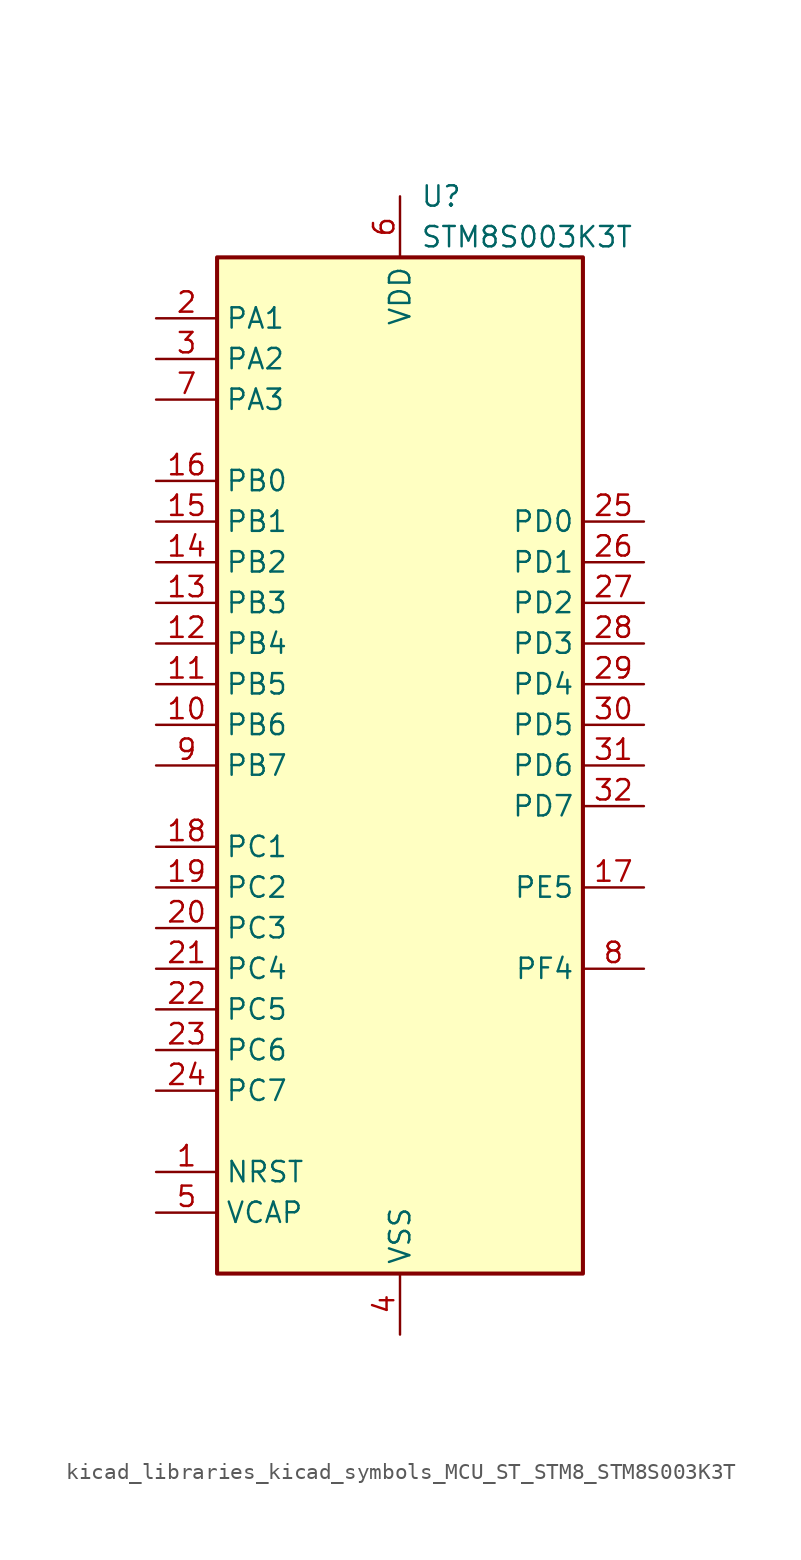
<source format=kicad_sym>
(kicad_symbol_lib
  (version 20220914)
  (generator kicad_symbol_editor)
  (symbol "kicad_libraries_kicad_symbols_MCU_ST_STM8_STM8S003K3T"
    (property "Reference" "U"
      (at 1.27 35.56 0)
      (effects (font (size 1.27 1.27)) (justify left)))
    (property "Value" "STM8S003K3T"
      (at 1.27 33.02 0)
      (effects (font (size 1.27 1.27)) (justify left)))
    (symbol "kicad_libraries_kicad_symbols_MCU_ST_STM8_STM8S003K3T_0_1"
      (rectangle (start -11.43 31.75) (end 11.43 -31.75) (stroke (width 0.254) (type default)) (fill (type background))))
    (symbol "kicad_libraries_kicad_symbols_MCU_ST_STM8_STM8S003K3T_1_1"
      (pin input line (at -15.24 -25.4 0) (length 3.81) (name "NRST" (effects (font (size 1.27 1.27)))) (number "1" (effects (font (size 1.27 1.27)))))
      (pin bidirectional line (at -15.24 2.54 0) (length 3.81) (name "PB6" (effects (font (size 1.27 1.27)))) (number "10" (effects (font (size 1.27 1.27)))))
      (pin bidirectional line (at -15.24 5.08 0) (length 3.81) (name "PB5" (effects (font (size 1.27 1.27)))) (number "11" (effects (font (size 1.27 1.27)))))
      (pin bidirectional line (at -15.24 7.62 0) (length 3.81) (name "PB4" (effects (font (size 1.27 1.27)))) (number "12" (effects (font (size 1.27 1.27)))))
      (pin bidirectional line (at -15.24 10.16 0) (length 3.81) (name "PB3" (effects (font (size 1.27 1.27)))) (number "13" (effects (font (size 1.27 1.27)))))
      (pin bidirectional line (at -15.24 12.7 0) (length 3.81) (name "PB2" (effects (font (size 1.27 1.27)))) (number "14" (effects (font (size 1.27 1.27)))))
      (pin bidirectional line (at -15.24 15.24 0) (length 3.81) (name "PB1" (effects (font (size 1.27 1.27)))) (number "15" (effects (font (size 1.27 1.27)))))
      (pin bidirectional line (at -15.24 17.78 0) (length 3.81) (name "PB0" (effects (font (size 1.27 1.27)))) (number "16" (effects (font (size 1.27 1.27)))))
      (pin bidirectional line (at 15.24 -7.62 180) (length 3.81) (name "PE5" (effects (font (size 1.27 1.27)))) (number "17" (effects (font (size 1.27 1.27)))))
      (pin bidirectional line (at -15.24 -5.08 0) (length 3.81) (name "PC1" (effects (font (size 1.27 1.27)))) (number "18" (effects (font (size 1.27 1.27)))))
      (pin bidirectional line (at -15.24 -7.62 0) (length 3.81) (name "PC2" (effects (font (size 1.27 1.27)))) (number "19" (effects (font (size 1.27 1.27)))))
      (pin bidirectional line (at -15.24 27.94 0) (length 3.81) (name "PA1" (effects (font (size 1.27 1.27)))) (number "2" (effects (font (size 1.27 1.27)))))
      (pin bidirectional line (at -15.24 -10.16 0) (length 3.81) (name "PC3" (effects (font (size 1.27 1.27)))) (number "20" (effects (font (size 1.27 1.27)))))
      (pin bidirectional line (at -15.24 -12.7 0) (length 3.81) (name "PC4" (effects (font (size 1.27 1.27)))) (number "21" (effects (font (size 1.27 1.27)))))
      (pin bidirectional line (at -15.24 -15.24 0) (length 3.81) (name "PC5" (effects (font (size 1.27 1.27)))) (number "22" (effects (font (size 1.27 1.27)))))
      (pin bidirectional line (at -15.24 -17.78 0) (length 3.81) (name "PC6" (effects (font (size 1.27 1.27)))) (number "23" (effects (font (size 1.27 1.27)))))
      (pin bidirectional line (at -15.24 -20.32 0) (length 3.81) (name "PC7" (effects (font (size 1.27 1.27)))) (number "24" (effects (font (size 1.27 1.27)))))
      (pin bidirectional line (at 15.24 15.24 180) (length 3.81) (name "PD0" (effects (font (size 1.27 1.27)))) (number "25" (effects (font (size 1.27 1.27)))))
      (pin bidirectional line (at 15.24 12.7 180) (length 3.81) (name "PD1" (effects (font (size 1.27 1.27)))) (number "26" (effects (font (size 1.27 1.27)))))
      (pin bidirectional line (at 15.24 10.16 180) (length 3.81) (name "PD2" (effects (font (size 1.27 1.27)))) (number "27" (effects (font (size 1.27 1.27)))))
      (pin bidirectional line (at 15.24 7.62 180) (length 3.81) (name "PD3" (effects (font (size 1.27 1.27)))) (number "28" (effects (font (size 1.27 1.27)))))
      (pin bidirectional line (at 15.24 5.08 180) (length 3.81) (name "PD4" (effects (font (size 1.27 1.27)))) (number "29" (effects (font (size 1.27 1.27)))))
      (pin bidirectional line (at -15.24 25.4 0) (length 3.81) (name "PA2" (effects (font (size 1.27 1.27)))) (number "3" (effects (font (size 1.27 1.27)))))
      (pin bidirectional line (at 15.24 2.54 180) (length 3.81) (name "PD5" (effects (font (size 1.27 1.27)))) (number "30" (effects (font (size 1.27 1.27)))))
      (pin bidirectional line (at 15.24 0 180) (length 3.81) (name "PD6" (effects (font (size 1.27 1.27)))) (number "31" (effects (font (size 1.27 1.27)))))
      (pin bidirectional line (at 15.24 -2.54 180) (length 3.81) (name "PD7" (effects (font (size 1.27 1.27)))) (number "32" (effects (font (size 1.27 1.27)))))
      (pin power_in line (at 0 -35.56 90) (length 3.81) (name "VSS" (effects (font (size 1.27 1.27)))) (number "4" (effects (font (size 1.27 1.27)))))
      (pin input line (at -15.24 -27.94 0) (length 3.81) (name "VCAP" (effects (font (size 1.27 1.27)))) (number "5" (effects (font (size 1.27 1.27)))))
      (pin power_in line (at 0 35.56 270) (length 3.81) (name "VDD" (effects (font (size 1.27 1.27)))) (number "6" (effects (font (size 1.27 1.27)))))
      (pin bidirectional line (at -15.24 22.86 0) (length 3.81) (name "PA3" (effects (font (size 1.27 1.27)))) (number "7" (effects (font (size 1.27 1.27)))))
      (pin bidirectional line (at 15.24 -12.7 180) (length 3.81) (name "PF4" (effects (font (size 1.27 1.27)))) (number "8" (effects (font (size 1.27 1.27)))))
      (pin bidirectional line (at -15.24 0 0) (length 3.81) (name "PB7" (effects (font (size 1.27 1.27)))) (number "9" (effects (font (size 1.27 1.27))))))))
</source>
